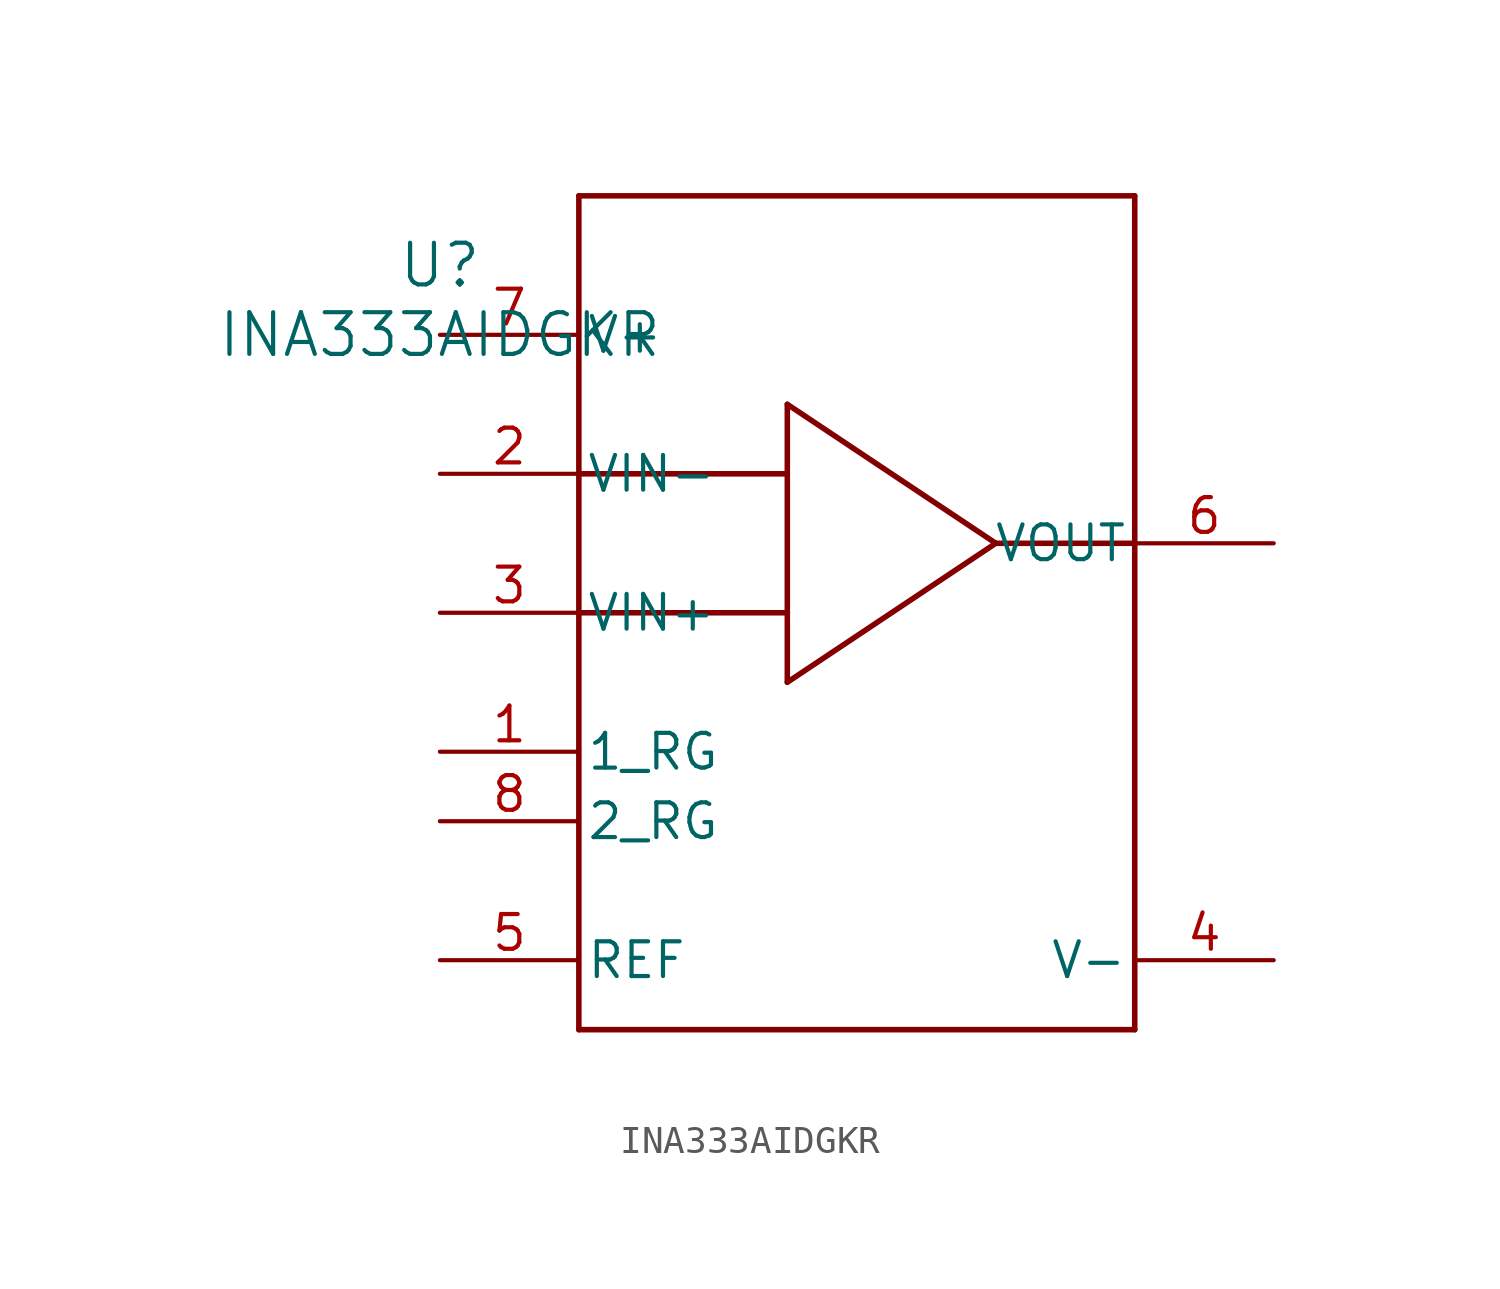
<source format=kicad_sym>
(kicad_symbol_lib
  (version 20211014)
  (generator kicad_symbol_editor)
  (symbol "INA333AIDGKR"
    (pin_names
      (offset 0.254))
    (property "Reference" "U"
      (at 0 2.54 0)
      (effects (font (size 1.524 1.524))))
    (property "Value" "INA333AIDGKR"
      (at 0 0 0)
      (effects (font (size 1.524 1.524))))
    (symbol "INA333AIDGKR_0_1"
      (polyline (pts (xy 5.08 -25.4) (xy 25.4 -25.4)) (stroke (width 0.203) (type default) (color 0 0 0 0)) (fill (type none)))
      (polyline (pts (xy 25.4 -25.4) (xy 25.4 5.08)) (stroke (width 0.203) (type default) (color 0 0 0 0)) (fill (type none)))
      (polyline (pts (xy 25.4 5.08) (xy 5.08 5.08)) (stroke (width 0.203) (type default) (color 0 0 0 0)) (fill (type none)))
      (polyline (pts (xy 5.08 5.08) (xy 5.08 -25.4)) (stroke (width 0.203) (type default) (color 0 0 0 0)) (fill (type none)))
      (polyline (pts (xy 12.7 -2.54) (xy 20.32 -7.62)) (stroke (width 0.203) (type default) (color 0 0 0 0)) (fill (type none)))
      (polyline (pts (xy 12.7 -12.7) (xy 20.32 -7.62)) (stroke (width 0.203) (type default) (color 0 0 0 0)) (fill (type none)))
      (polyline (pts (xy 12.7 -12.7) (xy 12.7 -2.54)) (stroke (width 0.203) (type default) (color 0 0 0 0)) (fill (type none)))
      (polyline (pts (xy 5.08 -5.08) (xy 12.7 -5.08)) (stroke (width 0.203) (type default) (color 0 0 0 0)) (fill (type none)))
      (polyline (pts (xy 5.08 -10.16) (xy 12.7 -10.16)) (stroke (width 0.203) (type default) (color 0 0 0 0)) (fill (type none)))
      (polyline (pts (xy 20.32 -7.62) (xy 25.4 -7.62)) (stroke (width 0.203) (type default) (color 0 0 0 0)) (fill (type none)))
      (pin unspecified line (at 0 -15.24 0) (length 5.08) (name "1_RG" (effects (font (size 1.27 1.27)))) (number "1" (effects (font (size 1.27 1.27)))))
      (pin tri_state line (at 0 -5.08 0) (length 5.08) (name "VIN-" (effects (font (size 1.27 1.27)))) (number "2" (effects (font (size 1.27 1.27)))))
      (pin tri_state line (at 0 -10.16 0) (length 5.08) (name "VIN+" (effects (font (size 1.27 1.27)))) (number "3" (effects (font (size 1.27 1.27)))))
      (pin power_in line (at 30.48 -22.86 180) (length 5.08) (name "V-" (effects (font (size 1.27 1.27)))) (number "4" (effects (font (size 1.27 1.27)))))
      (pin unspecified line (at 0 -22.86 0) (length 5.08) (name "REF" (effects (font (size 1.27 1.27)))) (number "5" (effects (font (size 1.27 1.27)))))
      (pin unspecified line (at 30.48 -7.62 180) (length 5.08) (name "VOUT" (effects (font (size 1.27 1.27)))) (number "6" (effects (font (size 1.27 1.27)))))
      (pin power_in line (at 0 0 0) (length 5.08) (name "V+" (effects (font (size 1.27 1.27)))) (number "7" (effects (font (size 1.27 1.27)))))
      (pin unspecified line (at 0 -17.78 0) (length 5.08) (name "2_RG" (effects (font (size 1.27 1.27)))) (number "8" (effects (font (size 1.27 1.27))))))))
</source>
